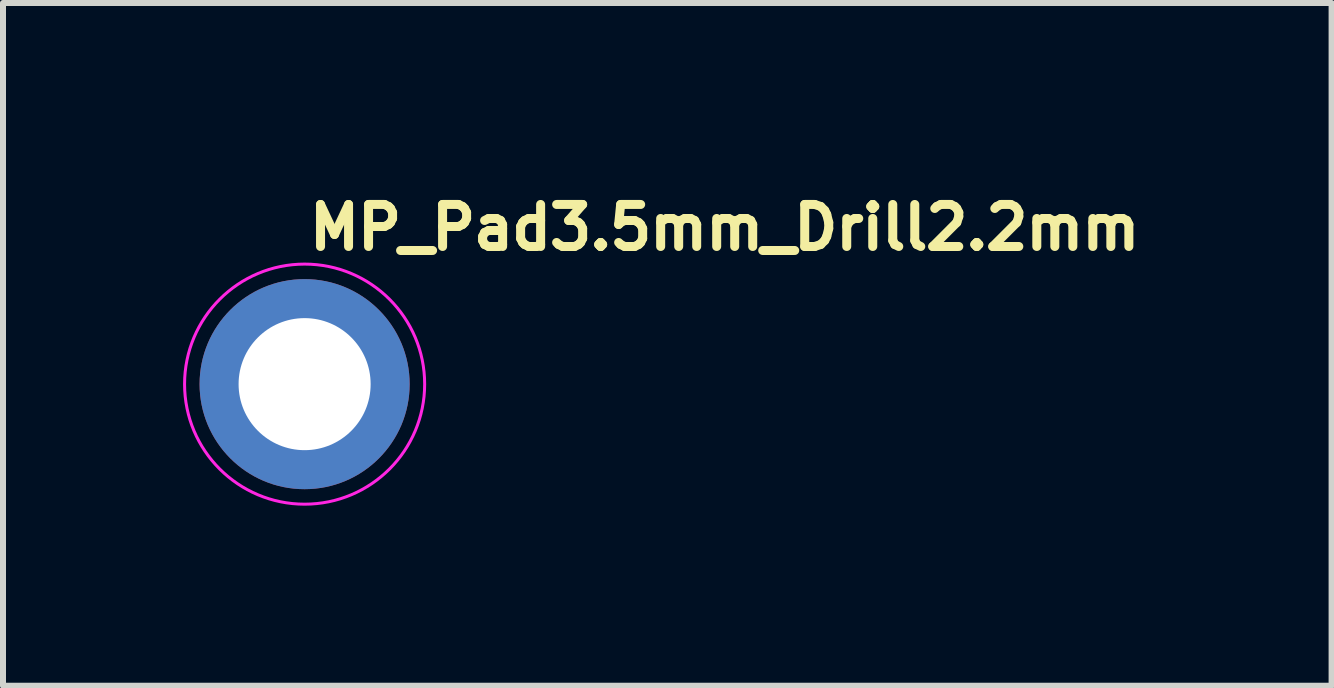
<source format=kicad_pcb>
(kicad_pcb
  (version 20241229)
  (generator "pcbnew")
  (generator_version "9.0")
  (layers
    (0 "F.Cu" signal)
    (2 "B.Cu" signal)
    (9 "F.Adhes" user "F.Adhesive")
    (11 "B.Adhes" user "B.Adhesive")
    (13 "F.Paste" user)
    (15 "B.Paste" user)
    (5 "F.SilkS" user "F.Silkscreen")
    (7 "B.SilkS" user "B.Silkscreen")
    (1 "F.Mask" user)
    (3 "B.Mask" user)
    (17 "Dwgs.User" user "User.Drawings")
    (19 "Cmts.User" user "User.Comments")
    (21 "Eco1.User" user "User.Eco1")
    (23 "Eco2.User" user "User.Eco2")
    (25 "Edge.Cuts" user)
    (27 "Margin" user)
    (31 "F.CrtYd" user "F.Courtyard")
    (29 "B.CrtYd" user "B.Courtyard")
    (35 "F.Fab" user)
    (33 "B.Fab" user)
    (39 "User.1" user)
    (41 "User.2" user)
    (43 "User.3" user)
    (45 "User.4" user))
  (footprint "MP_Pad3.5mm_Drill2.2mm"
    (layer "F.Cu")
    (at 2.025 3.35)
    (property "Reference" "MP_Pad3.5mm_Drill2.2mm" (at 0 -2.2 0) (layer "F.SilkS") (effects (font (size 0.7 0.7) (thickness 0.15)) (justify left bottom)))
    (attr exclude_from_pos_files exclude_from_bom)
    (fp_circle (center 0 0) (end 2 0) (stroke (width 0.05) (type default)) (fill no) (layer "F.CrtYd"))
    (pad "1" thru_hole circle (at 0 0) (size 3.5 3.5) (drill 2.2) (layers "*.Cu" "*.Mask")))
  (gr_rect
    (start -3 -3)
    (end 19.135 8.375)
    (stroke (width 0.1) (type default))
    (fill no)
    (layer "Edge.Cuts")))
</source>
